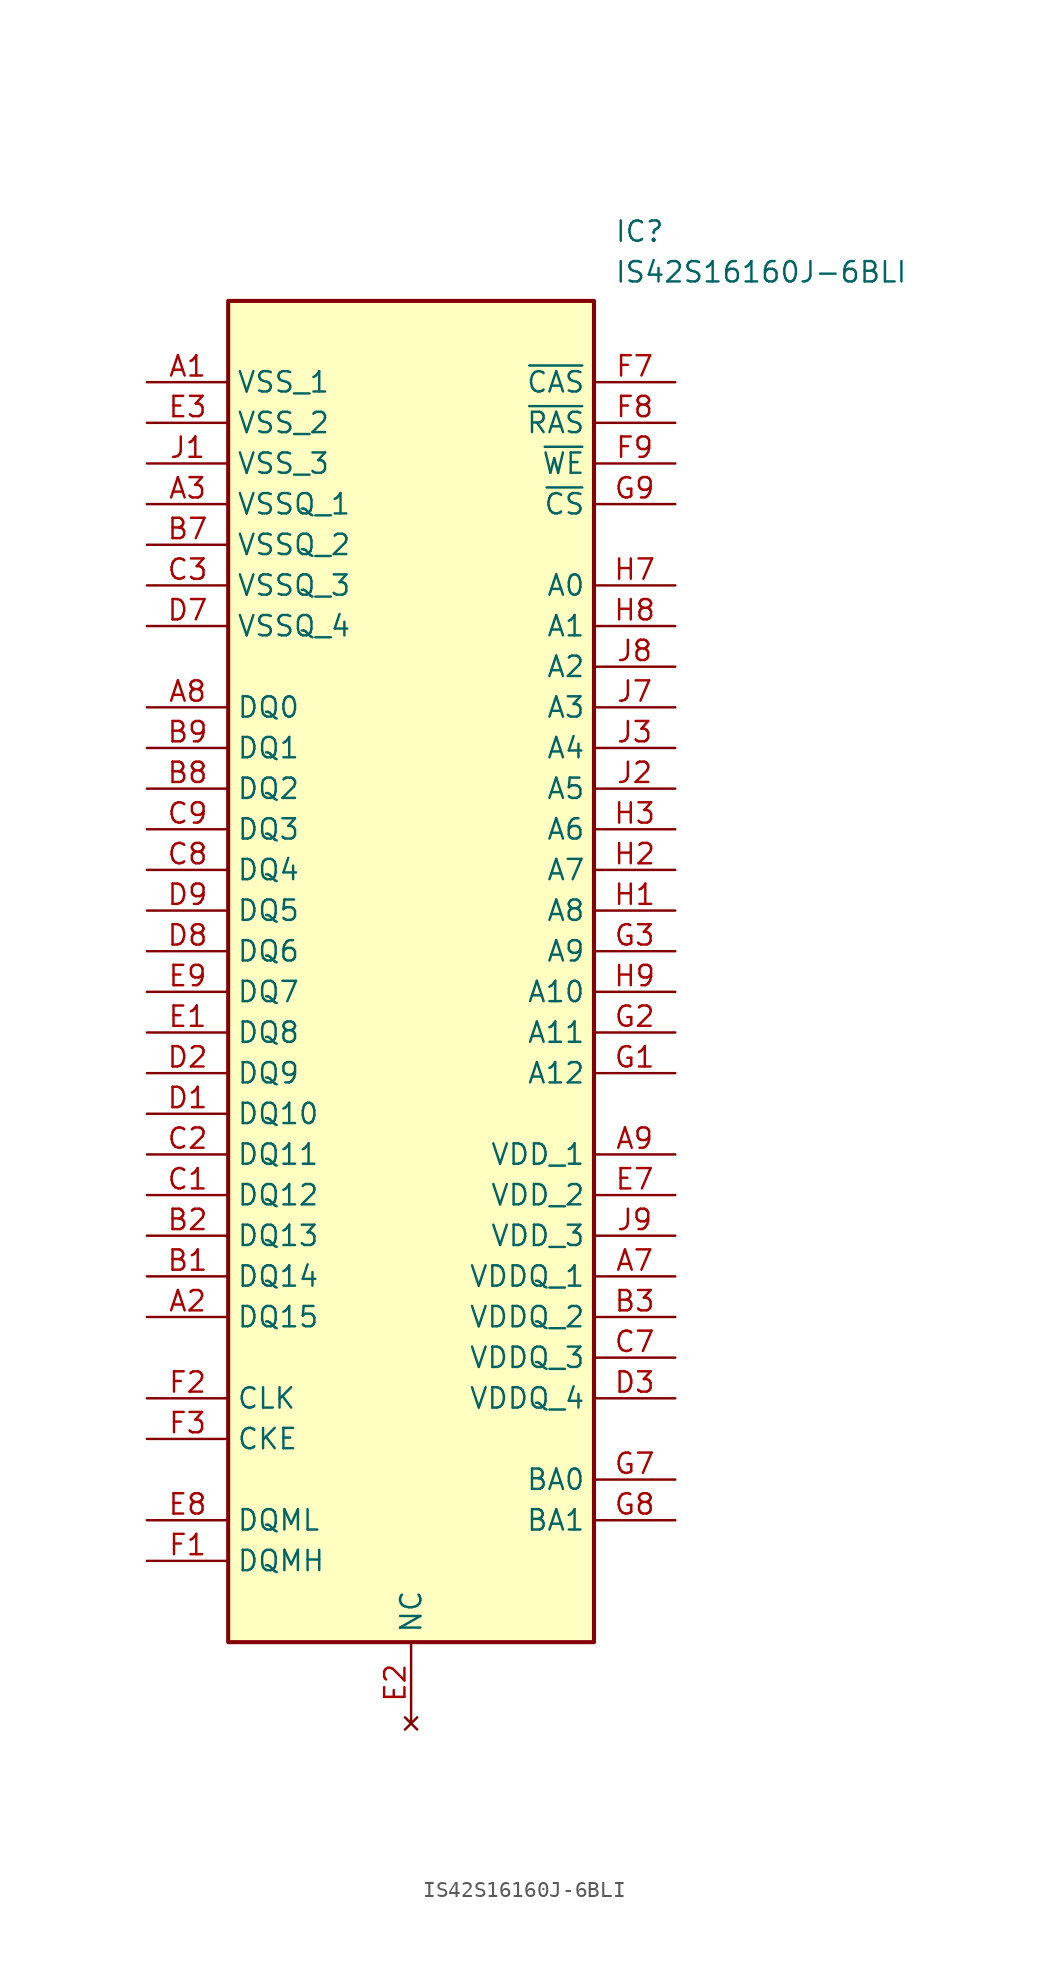
<source format=kicad_sym>
(kicad_symbol_lib
  (version 20231120)
  (generator "kicad_symbol_editor")
  (generator_version "8.0")
  (symbol "IS42S16160J-6BLI"
    (property "Reference" "IC"
      (at 29.21 7.62 0)
      (effects (font (size 1.27 1.27)) (justify left top)))
    (property "Value" "IS42S16160J-6BLI"
      (at 29.21 5.08 0)
      (effects (font (size 1.27 1.27)) (justify left top)))
    (symbol "IS42S16160J-6BLI_1_1"
      (rectangle (start 5.08 2.54) (end 27.94 -81.28) (stroke (width 0.254) (type default)) (fill (type background)))
      (pin passive line (at 0 -2.54 0) (length 5.08) (name "VSS_1" (effects (font (size 1.27 1.27)))) (number "A1" (effects (font (size 1.27 1.27)))))
      (pin passive line (at 0 -60.96 0) (length 5.08) (name "DQ15" (effects (font (size 1.27 1.27)))) (number "A2" (effects (font (size 1.27 1.27)))))
      (pin passive line (at 0 -10.16 0) (length 5.08) (name "VSSQ_1" (effects (font (size 1.27 1.27)))) (number "A3" (effects (font (size 1.27 1.27)))))
      (pin passive line (at 33.02 -58.42 180) (length 5.08) (name "VDDQ_1" (effects (font (size 1.27 1.27)))) (number "A7" (effects (font (size 1.27 1.27)))))
      (pin passive line (at 0 -22.86 0) (length 5.08) (name "DQ0" (effects (font (size 1.27 1.27)))) (number "A8" (effects (font (size 1.27 1.27)))))
      (pin passive line (at 33.02 -50.8 180) (length 5.08) (name "VDD_1" (effects (font (size 1.27 1.27)))) (number "A9" (effects (font (size 1.27 1.27)))))
      (pin passive line (at 0 -58.42 0) (length 5.08) (name "DQ14" (effects (font (size 1.27 1.27)))) (number "B1" (effects (font (size 1.27 1.27)))))
      (pin passive line (at 0 -55.88 0) (length 5.08) (name "DQ13" (effects (font (size 1.27 1.27)))) (number "B2" (effects (font (size 1.27 1.27)))))
      (pin passive line (at 33.02 -60.96 180) (length 5.08) (name "VDDQ_2" (effects (font (size 1.27 1.27)))) (number "B3" (effects (font (size 1.27 1.27)))))
      (pin passive line (at 0 -12.7 0) (length 5.08) (name "VSSQ_2" (effects (font (size 1.27 1.27)))) (number "B7" (effects (font (size 1.27 1.27)))))
      (pin passive line (at 0 -27.94 0) (length 5.08) (name "DQ2" (effects (font (size 1.27 1.27)))) (number "B8" (effects (font (size 1.27 1.27)))))
      (pin passive line (at 0 -25.4 0) (length 5.08) (name "DQ1" (effects (font (size 1.27 1.27)))) (number "B9" (effects (font (size 1.27 1.27)))))
      (pin passive line (at 0 -53.34 0) (length 5.08) (name "DQ12" (effects (font (size 1.27 1.27)))) (number "C1" (effects (font (size 1.27 1.27)))))
      (pin passive line (at 0 -50.8 0) (length 5.08) (name "DQ11" (effects (font (size 1.27 1.27)))) (number "C2" (effects (font (size 1.27 1.27)))))
      (pin passive line (at 0 -15.24 0) (length 5.08) (name "VSSQ_3" (effects (font (size 1.27 1.27)))) (number "C3" (effects (font (size 1.27 1.27)))))
      (pin passive line (at 33.02 -63.5 180) (length 5.08) (name "VDDQ_3" (effects (font (size 1.27 1.27)))) (number "C7" (effects (font (size 1.27 1.27)))))
      (pin passive line (at 0 -33.02 0) (length 5.08) (name "DQ4" (effects (font (size 1.27 1.27)))) (number "C8" (effects (font (size 1.27 1.27)))))
      (pin passive line (at 0 -30.48 0) (length 5.08) (name "DQ3" (effects (font (size 1.27 1.27)))) (number "C9" (effects (font (size 1.27 1.27)))))
      (pin passive line (at 0 -48.26 0) (length 5.08) (name "DQ10" (effects (font (size 1.27 1.27)))) (number "D1" (effects (font (size 1.27 1.27)))))
      (pin passive line (at 0 -45.72 0) (length 5.08) (name "DQ9" (effects (font (size 1.27 1.27)))) (number "D2" (effects (font (size 1.27 1.27)))))
      (pin passive line (at 33.02 -66.04 180) (length 5.08) (name "VDDQ_4" (effects (font (size 1.27 1.27)))) (number "D3" (effects (font (size 1.27 1.27)))))
      (pin passive line (at 0 -17.78 0) (length 5.08) (name "VSSQ_4" (effects (font (size 1.27 1.27)))) (number "D7" (effects (font (size 1.27 1.27)))))
      (pin passive line (at 0 -38.1 0) (length 5.08) (name "DQ6" (effects (font (size 1.27 1.27)))) (number "D8" (effects (font (size 1.27 1.27)))))
      (pin passive line (at 0 -35.56 0) (length 5.08) (name "DQ5" (effects (font (size 1.27 1.27)))) (number "D9" (effects (font (size 1.27 1.27)))))
      (pin passive line (at 0 -43.18 0) (length 5.08) (name "DQ8" (effects (font (size 1.27 1.27)))) (number "E1" (effects (font (size 1.27 1.27)))))
      (pin no_connect line (at 16.51 -86.36 90) (length 5.08) (name "NC" (effects (font (size 1.27 1.27)))) (number "E2" (effects (font (size 1.27 1.27)))))
      (pin passive line (at 0 -5.08 0) (length 5.08) (name "VSS_2" (effects (font (size 1.27 1.27)))) (number "E3" (effects (font (size 1.27 1.27)))))
      (pin passive line (at 33.02 -53.34 180) (length 5.08) (name "VDD_2" (effects (font (size 1.27 1.27)))) (number "E7" (effects (font (size 1.27 1.27)))))
      (pin passive line (at 0 -73.66 0) (length 5.08) (name "DQML" (effects (font (size 1.27 1.27)))) (number "E8" (effects (font (size 1.27 1.27)))))
      (pin passive line (at 0 -40.64 0) (length 5.08) (name "DQ7" (effects (font (size 1.27 1.27)))) (number "E9" (effects (font (size 1.27 1.27)))))
      (pin passive line (at 0 -76.2 0) (length 5.08) (name "DQMH" (effects (font (size 1.27 1.27)))) (number "F1" (effects (font (size 1.27 1.27)))))
      (pin passive line (at 0 -66.04 0) (length 5.08) (name "CLK" (effects (font (size 1.27 1.27)))) (number "F2" (effects (font (size 1.27 1.27)))))
      (pin passive line (at 0 -68.58 0) (length 5.08) (name "CKE" (effects (font (size 1.27 1.27)))) (number "F3" (effects (font (size 1.27 1.27)))))
      (pin passive line (at 33.02 -2.54 180) (length 5.08) (name "~{CAS}" (effects (font (size 1.27 1.27)))) (number "F7" (effects (font (size 1.27 1.27)))))
      (pin passive line (at 33.02 -5.08 180) (length 5.08) (name "~{RAS}" (effects (font (size 1.27 1.27)))) (number "F8" (effects (font (size 1.27 1.27)))))
      (pin passive line (at 33.02 -7.62 180) (length 5.08) (name "~{WE}" (effects (font (size 1.27 1.27)))) (number "F9" (effects (font (size 1.27 1.27)))))
      (pin passive line (at 33.02 -45.72 180) (length 5.08) (name "A12" (effects (font (size 1.27 1.27)))) (number "G1" (effects (font (size 1.27 1.27)))))
      (pin passive line (at 33.02 -43.18 180) (length 5.08) (name "A11" (effects (font (size 1.27 1.27)))) (number "G2" (effects (font (size 1.27 1.27)))))
      (pin passive line (at 33.02 -38.1 180) (length 5.08) (name "A9" (effects (font (size 1.27 1.27)))) (number "G3" (effects (font (size 1.27 1.27)))))
      (pin passive line (at 33.02 -71.12 180) (length 5.08) (name "BA0" (effects (font (size 1.27 1.27)))) (number "G7" (effects (font (size 1.27 1.27)))))
      (pin passive line (at 33.02 -73.66 180) (length 5.08) (name "BA1" (effects (font (size 1.27 1.27)))) (number "G8" (effects (font (size 1.27 1.27)))))
      (pin passive line (at 33.02 -10.16 180) (length 5.08) (name "~{CS}" (effects (font (size 1.27 1.27)))) (number "G9" (effects (font (size 1.27 1.27)))))
      (pin passive line (at 33.02 -35.56 180) (length 5.08) (name "A8" (effects (font (size 1.27 1.27)))) (number "H1" (effects (font (size 1.27 1.27)))))
      (pin passive line (at 33.02 -33.02 180) (length 5.08) (name "A7" (effects (font (size 1.27 1.27)))) (number "H2" (effects (font (size 1.27 1.27)))))
      (pin passive line (at 33.02 -30.48 180) (length 5.08) (name "A6" (effects (font (size 1.27 1.27)))) (number "H3" (effects (font (size 1.27 1.27)))))
      (pin passive line (at 33.02 -15.24 180) (length 5.08) (name "A0" (effects (font (size 1.27 1.27)))) (number "H7" (effects (font (size 1.27 1.27)))))
      (pin passive line (at 33.02 -17.78 180) (length 5.08) (name "A1" (effects (font (size 1.27 1.27)))) (number "H8" (effects (font (size 1.27 1.27)))))
      (pin passive line (at 33.02 -40.64 180) (length 5.08) (name "A10" (effects (font (size 1.27 1.27)))) (number "H9" (effects (font (size 1.27 1.27)))))
      (pin passive line (at 0 -7.62 0) (length 5.08) (name "VSS_3" (effects (font (size 1.27 1.27)))) (number "J1" (effects (font (size 1.27 1.27)))))
      (pin passive line (at 33.02 -27.94 180) (length 5.08) (name "A5" (effects (font (size 1.27 1.27)))) (number "J2" (effects (font (size 1.27 1.27)))))
      (pin passive line (at 33.02 -25.4 180) (length 5.08) (name "A4" (effects (font (size 1.27 1.27)))) (number "J3" (effects (font (size 1.27 1.27)))))
      (pin passive line (at 33.02 -22.86 180) (length 5.08) (name "A3" (effects (font (size 1.27 1.27)))) (number "J7" (effects (font (size 1.27 1.27)))))
      (pin passive line (at 33.02 -20.32 180) (length 5.08) (name "A2" (effects (font (size 1.27 1.27)))) (number "J8" (effects (font (size 1.27 1.27)))))
      (pin passive line (at 33.02 -55.88 180) (length 5.08) (name "VDD_3" (effects (font (size 1.27 1.27)))) (number "J9" (effects (font (size 1.27 1.27))))))))
</source>
